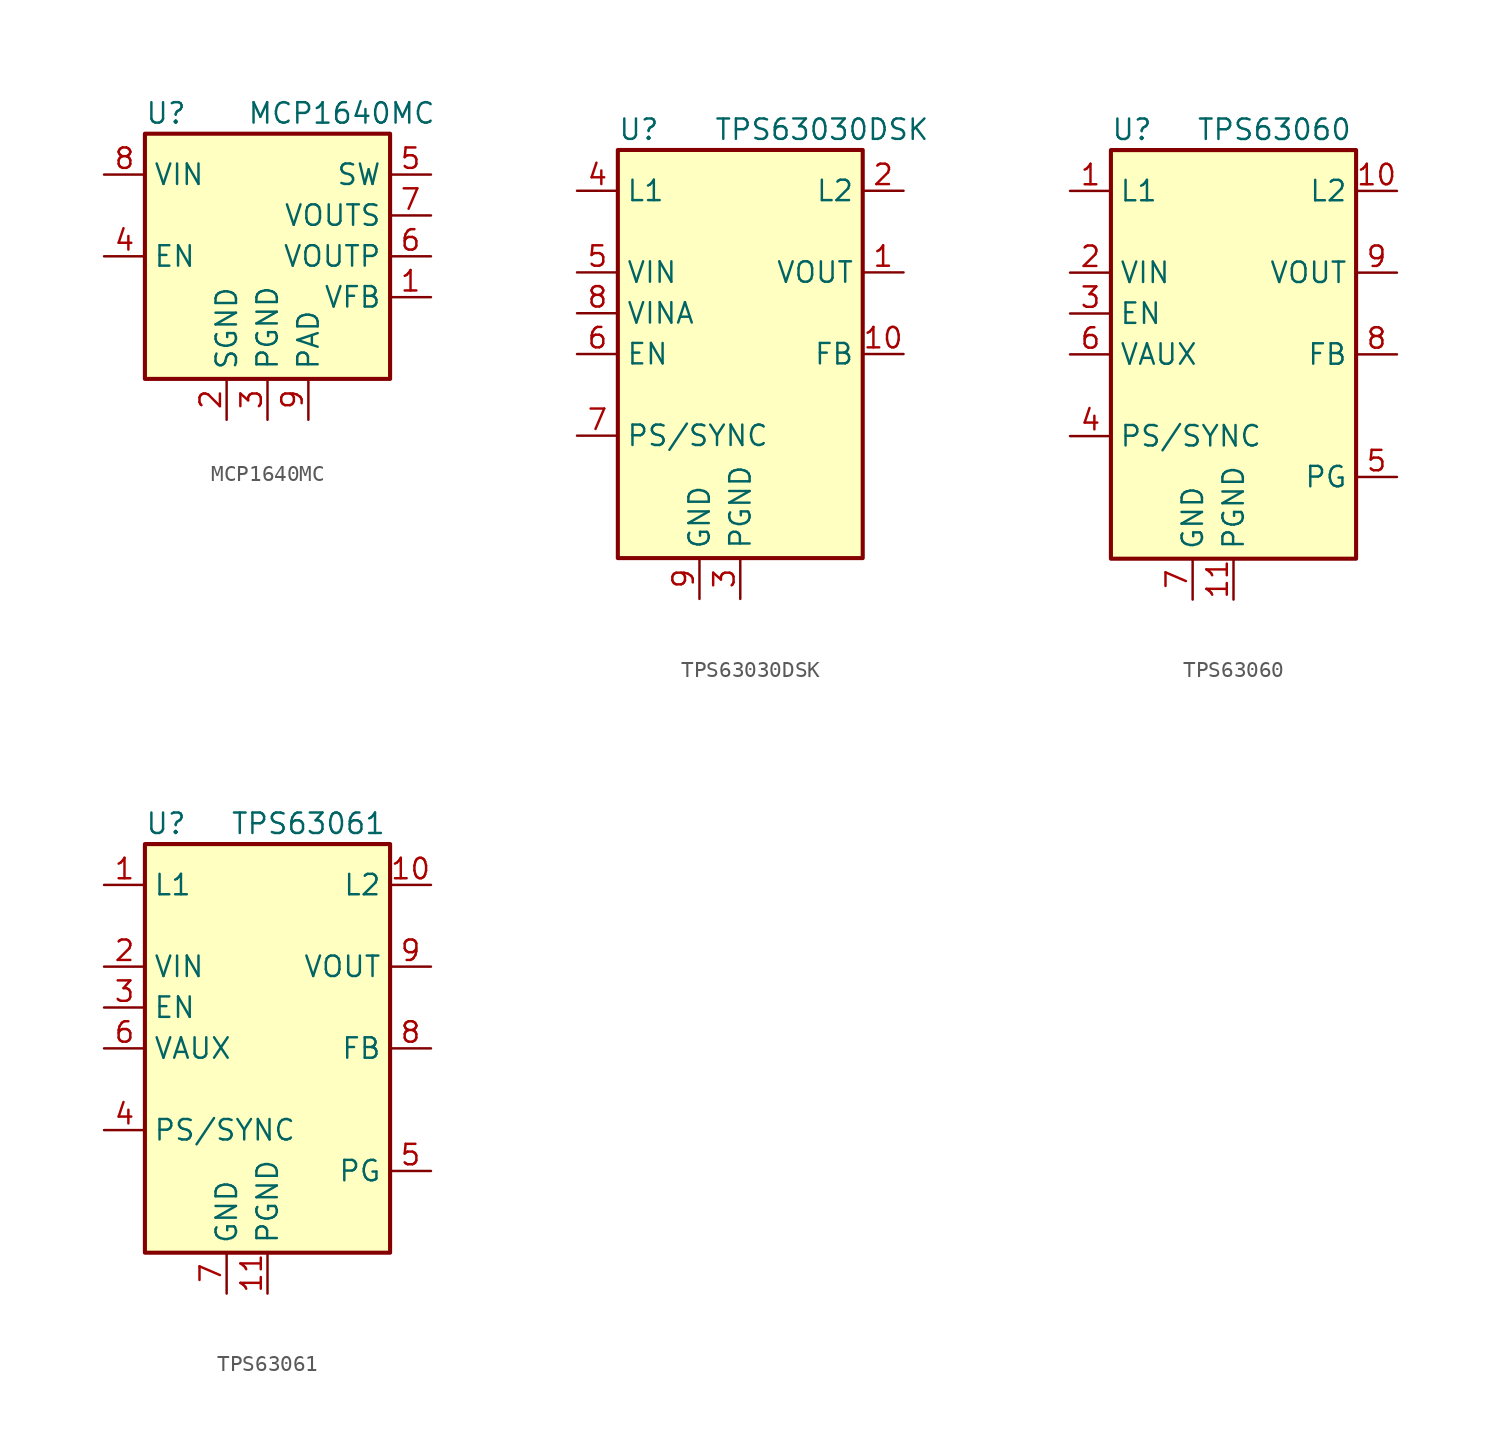
<source format=kicad_sym>
(kicad_symbol_lib
  (version 20220914)
  (generator kicad_symbol_editor)
  (symbol "MCP1640MC"
    (property "Reference" "U"
      (at -7.62 6.35 0)
      (effects (font (size 1.27 1.27)) (justify left)))
    (property "Value" "MCP1640MC"
      (at -1.27 6.35 0)
      (effects (font (size 1.27 1.27)) (justify left)))
    (symbol "MCP1640MC_0_1"
      (rectangle (start -7.62 5.08) (end 7.62 -10.16) (stroke (width 0.254) (type default)) (fill (type background))))
    (symbol "MCP1640MC_1_1"
      (pin input line (at 10.16 -5.08 180) (length 2.54) (name "VFB" (effects (font (size 1.27 1.27)))) (number "1" (effects (font (size 1.27 1.27)))))
      (pin power_in line (at -2.54 -12.7 90) (length 2.54) (name "SGND" (effects (font (size 1.27 1.27)))) (number "2" (effects (font (size 1.27 1.27)))))
      (pin power_in line (at 0 -12.7 90) (length 2.54) (name "PGND" (effects (font (size 1.27 1.27)))) (number "3" (effects (font (size 1.27 1.27)))))
      (pin input line (at -10.16 -2.54 0) (length 2.54) (name "EN" (effects (font (size 1.27 1.27)))) (number "4" (effects (font (size 1.27 1.27)))))
      (pin input line (at 10.16 2.54 180) (length 2.54) (name "SW" (effects (font (size 1.27 1.27)))) (number "5" (effects (font (size 1.27 1.27)))))
      (pin power_out line (at 10.16 -2.54 180) (length 2.54) (name "VOUTP" (effects (font (size 1.27 1.27)))) (number "6" (effects (font (size 1.27 1.27)))))
      (pin power_out line (at 10.16 0 180) (length 2.54) (name "VOUTS" (effects (font (size 1.27 1.27)))) (number "7" (effects (font (size 1.27 1.27)))))
      (pin power_in line (at -10.16 2.54 0) (length 2.54) (name "VIN" (effects (font (size 1.27 1.27)))) (number "8" (effects (font (size 1.27 1.27)))))
      (pin passive line (at 2.54 -12.7 90) (length 2.54) (name "PAD" (effects (font (size 1.27 1.27)))) (number "9" (effects (font (size 1.27 1.27)))))))
  (symbol "TPS63030DSK"
    (property "Reference" "U"
      (at -7.62 13.97 0)
      (effects (font (size 1.27 1.27)) (justify left)))
    (property "Value" "TPS63030DSK"
      (at 5.08 13.97 0)
      (effects (font (size 1.27 1.27))))
    (symbol "TPS63030DSK_0_1"
      (rectangle (start -7.62 12.7) (end 7.62 -12.7) (stroke (width 0.254) (type default)) (fill (type background))))
    (symbol "TPS63030DSK_1_1"
      (pin power_out line (at 10.16 5.08 180) (length 2.54) (name "VOUT" (effects (font (size 1.27 1.27)))) (number "1" (effects (font (size 1.27 1.27)))))
      (pin input line (at 10.16 0 180) (length 2.54) (name "FB" (effects (font (size 1.27 1.27)))) (number "10" (effects (font (size 1.27 1.27)))))
      (pin passive line (at 0 -15.24 90) (length 2.54) hide (name "PGND" (effects (font (size 1.27 1.27)))) (number "11" (effects (font (size 1.27 1.27)))))
      (pin input line (at 10.16 10.16 180) (length 2.54) (name "L2" (effects (font (size 1.27 1.27)))) (number "2" (effects (font (size 1.27 1.27)))))
      (pin power_in line (at 0 -15.24 90) (length 2.54) (name "PGND" (effects (font (size 1.27 1.27)))) (number "3" (effects (font (size 1.27 1.27)))))
      (pin input line (at -10.16 10.16 0) (length 2.54) (name "L1" (effects (font (size 1.27 1.27)))) (number "4" (effects (font (size 1.27 1.27)))))
      (pin power_in line (at -10.16 5.08 0) (length 2.54) (name "VIN" (effects (font (size 1.27 1.27)))) (number "5" (effects (font (size 1.27 1.27)))))
      (pin input line (at -10.16 0 0) (length 2.54) (name "EN" (effects (font (size 1.27 1.27)))) (number "6" (effects (font (size 1.27 1.27)))))
      (pin input line (at -10.16 -5.08 0) (length 2.54) (name "PS/SYNC" (effects (font (size 1.27 1.27)))) (number "7" (effects (font (size 1.27 1.27)))))
      (pin passive line (at -10.16 2.54 0) (length 2.54) (name "VINA" (effects (font (size 1.27 1.27)))) (number "8" (effects (font (size 1.27 1.27)))))
      (pin power_in line (at -2.54 -15.24 90) (length 2.54) (name "GND" (effects (font (size 1.27 1.27)))) (number "9" (effects (font (size 1.27 1.27)))))))
  (symbol "TPS63060"
    (property "Reference" "U"
      (at -7.62 13.97 0)
      (effects (font (size 1.27 1.27)) (justify left)))
    (property "Value" "TPS63060"
      (at 2.54 13.97 0)
      (effects (font (size 1.27 1.27))))
    (symbol "TPS63060_0_1"
      (rectangle (start -7.62 12.7) (end 7.62 -12.7) (stroke (width 0.254) (type default)) (fill (type background))))
    (symbol "TPS63060_1_1"
      (pin input line (at -10.16 10.16 0) (length 2.54) (name "L1" (effects (font (size 1.27 1.27)))) (number "1" (effects (font (size 1.27 1.27)))))
      (pin input line (at 10.16 10.16 180) (length 2.54) (name "L2" (effects (font (size 1.27 1.27)))) (number "10" (effects (font (size 1.27 1.27)))))
      (pin power_in line (at 0 -15.24 90) (length 2.54) (name "PGND" (effects (font (size 1.27 1.27)))) (number "11" (effects (font (size 1.27 1.27)))))
      (pin power_in line (at -10.16 5.08 0) (length 2.54) (name "VIN" (effects (font (size 1.27 1.27)))) (number "2" (effects (font (size 1.27 1.27)))))
      (pin input line (at -10.16 2.54 0) (length 2.54) (name "EN" (effects (font (size 1.27 1.27)))) (number "3" (effects (font (size 1.27 1.27)))))
      (pin input line (at -10.16 -5.08 0) (length 2.54) (name "PS/SYNC" (effects (font (size 1.27 1.27)))) (number "4" (effects (font (size 1.27 1.27)))))
      (pin output line (at 10.16 -7.62 180) (length 2.54) (name "PG" (effects (font (size 1.27 1.27)))) (number "5" (effects (font (size 1.27 1.27)))))
      (pin passive line (at -10.16 0 0) (length 2.54) (name "VAUX" (effects (font (size 1.27 1.27)))) (number "6" (effects (font (size 1.27 1.27)))))
      (pin power_in line (at -2.54 -15.24 90) (length 2.54) (name "GND" (effects (font (size 1.27 1.27)))) (number "7" (effects (font (size 1.27 1.27)))))
      (pin input line (at 10.16 0 180) (length 2.54) (name "FB" (effects (font (size 1.27 1.27)))) (number "8" (effects (font (size 1.27 1.27)))))
      (pin power_out line (at 10.16 5.08 180) (length 2.54) (name "VOUT" (effects (font (size 1.27 1.27)))) (number "9" (effects (font (size 1.27 1.27)))))))
  (symbol "TPS63061"
    (property "Reference" "U"
      (at -7.62 13.97 0)
      (effects (font (size 1.27 1.27)) (justify left)))
    (property "Value" "TPS63061"
      (at 2.54 13.97 0)
      (effects (font (size 1.27 1.27))))
    (symbol "TPS63061_0_1"
      (rectangle (start -7.62 12.7) (end 7.62 -12.7) (stroke (width 0.254) (type default)) (fill (type background))))
    (symbol "TPS63061_1_1"
      (pin input line (at -10.16 10.16 0) (length 2.54) (name "L1" (effects (font (size 1.27 1.27)))) (number "1" (effects (font (size 1.27 1.27)))))
      (pin input line (at 10.16 10.16 180) (length 2.54) (name "L2" (effects (font (size 1.27 1.27)))) (number "10" (effects (font (size 1.27 1.27)))))
      (pin power_in line (at 0 -15.24 90) (length 2.54) (name "PGND" (effects (font (size 1.27 1.27)))) (number "11" (effects (font (size 1.27 1.27)))))
      (pin power_in line (at -10.16 5.08 0) (length 2.54) (name "VIN" (effects (font (size 1.27 1.27)))) (number "2" (effects (font (size 1.27 1.27)))))
      (pin input line (at -10.16 2.54 0) (length 2.54) (name "EN" (effects (font (size 1.27 1.27)))) (number "3" (effects (font (size 1.27 1.27)))))
      (pin input line (at -10.16 -5.08 0) (length 2.54) (name "PS/SYNC" (effects (font (size 1.27 1.27)))) (number "4" (effects (font (size 1.27 1.27)))))
      (pin output line (at 10.16 -7.62 180) (length 2.54) (name "PG" (effects (font (size 1.27 1.27)))) (number "5" (effects (font (size 1.27 1.27)))))
      (pin passive line (at -10.16 0 0) (length 2.54) (name "VAUX" (effects (font (size 1.27 1.27)))) (number "6" (effects (font (size 1.27 1.27)))))
      (pin power_in line (at -2.54 -15.24 90) (length 2.54) (name "GND" (effects (font (size 1.27 1.27)))) (number "7" (effects (font (size 1.27 1.27)))))
      (pin input line (at 10.16 0 180) (length 2.54) (name "FB" (effects (font (size 1.27 1.27)))) (number "8" (effects (font (size 1.27 1.27)))))
      (pin power_out line (at 10.16 5.08 180) (length 2.54) (name "VOUT" (effects (font (size 1.27 1.27)))) (number "9" (effects (font (size 1.27 1.27))))))))
</source>
